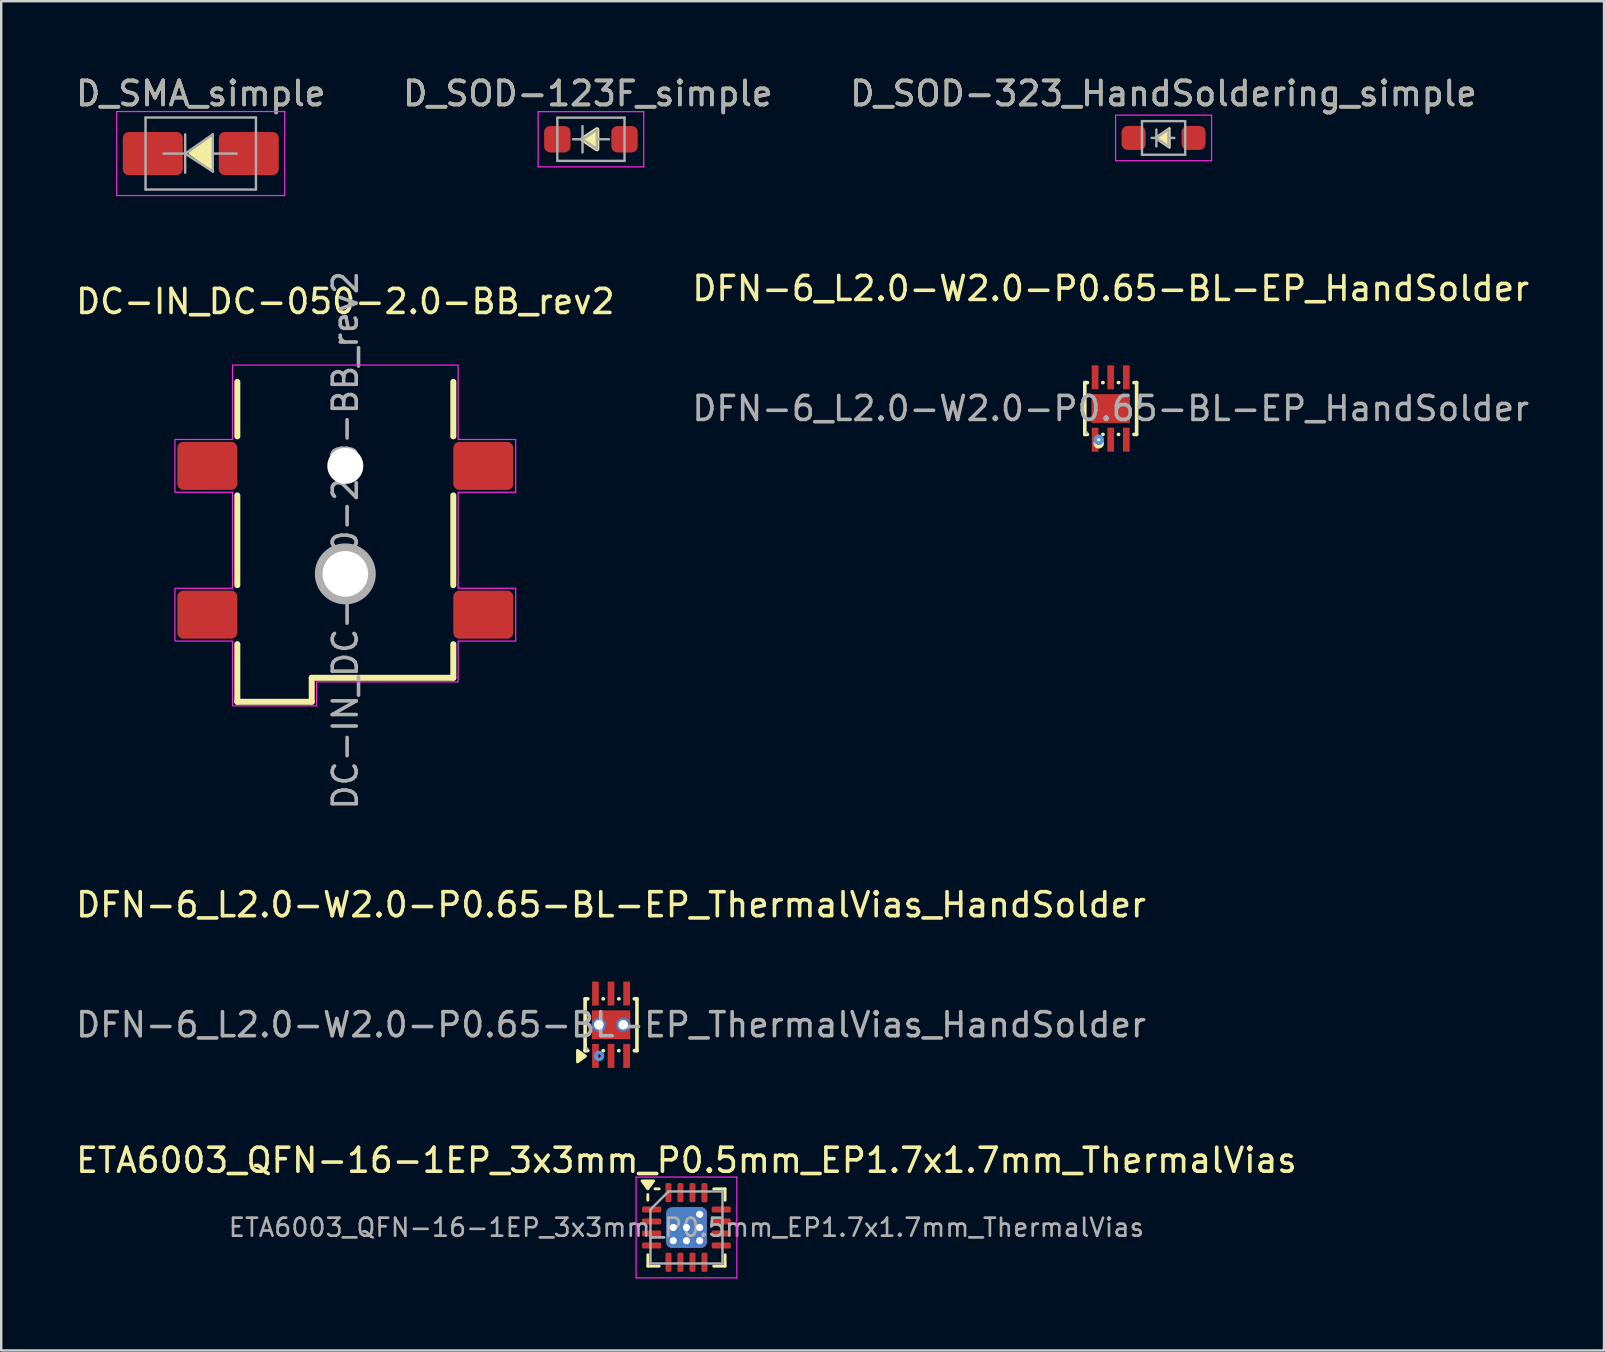
<source format=kicad_pcb>
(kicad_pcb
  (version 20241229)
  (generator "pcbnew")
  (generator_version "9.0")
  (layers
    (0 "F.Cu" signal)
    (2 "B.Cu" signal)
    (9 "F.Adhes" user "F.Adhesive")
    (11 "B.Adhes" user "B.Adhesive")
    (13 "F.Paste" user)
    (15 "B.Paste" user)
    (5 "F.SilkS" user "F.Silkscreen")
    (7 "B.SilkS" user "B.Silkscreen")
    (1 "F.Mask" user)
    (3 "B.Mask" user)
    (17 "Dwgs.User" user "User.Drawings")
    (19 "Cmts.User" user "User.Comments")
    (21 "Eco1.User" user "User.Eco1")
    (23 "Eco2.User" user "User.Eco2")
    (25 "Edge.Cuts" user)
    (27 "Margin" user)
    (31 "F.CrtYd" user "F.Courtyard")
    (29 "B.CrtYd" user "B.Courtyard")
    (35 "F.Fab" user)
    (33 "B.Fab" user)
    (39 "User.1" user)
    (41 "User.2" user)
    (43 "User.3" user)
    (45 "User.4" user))
  (footprint "D_SOD-323_HandSoldering_simple"
    (layer "F.Cu")
    (at 45.435 2.698)
    (property "Reference" "D_SOD-323_HandSoldering_simple" (at 0 -1.85 0) (layer "F.SilkS") (effects (font (size 1 1) (thickness 0.15))))
    (attr smd)
    (fp_poly (pts (xy 0.244 0.4) (xy -0.338 0) (xy 0.244 -0.4)) (stroke (width 0.1) (type solid)) (fill yes) (layer "F.SilkS"))
    (fp_line (start -2 -0.95) (end -2 0.95) (stroke (width 0.05) (type solid)) (layer "F.CrtYd"))
    (fp_line (start -2 -0.95) (end 2 -0.95) (stroke (width 0.05) (type solid)) (layer "F.CrtYd"))
    (fp_line (start -2 0.95) (end 2 0.95) (stroke (width 0.05) (type solid)) (layer "F.CrtYd"))
    (fp_line (start 2 -0.95) (end 2 0.95) (stroke (width 0.05) (type solid)) (layer "F.CrtYd"))
    (fp_line (start -0.9 -0.7) (end 0.9 -0.7) (stroke (width 0.1) (type solid)) (layer "F.Fab"))
    (fp_line (start -0.9 0.7) (end -0.9 -0.7) (stroke (width 0.1) (type solid)) (layer "F.Fab"))
    (fp_line (start -0.3 -0.35) (end -0.3 0.35) (stroke (width 0.1) (type solid)) (layer "F.Fab"))
    (fp_line (start -0.3 0) (end -0.5 0) (stroke (width 0.1) (type solid)) (layer "F.Fab"))
    (fp_line (start -0.3 0) (end 0.2 -0.35) (stroke (width 0.1) (type solid)) (layer "F.Fab"))
    (fp_line (start 0.2 -0.35) (end 0.2 0.35) (stroke (width 0.1) (type solid)) (layer "F.Fab"))
    (fp_line (start 0.2 0) (end 0.45 0) (stroke (width 0.1) (type solid)) (layer "F.Fab"))
    (fp_line (start 0.2 0.35) (end -0.3 0) (stroke (width 0.1) (type solid)) (layer "F.Fab"))
    (fp_line (start 0.9 -0.7) (end 0.9 0.7) (stroke (width 0.1) (type solid)) (layer "F.Fab"))
    (fp_line (start 0.9 0.7) (end -0.9 0.7) (stroke (width 0.1) (type solid)) (layer "F.Fab"))
    (fp_text user "${REFERENCE}" (at 0 -1.85 0) (layer "F.Fab") (effects (font (size 1 1) (thickness 0.15))))
    (pad "1" smd roundrect (at -1.25 0) (size 1 1) (layers "F.Cu" "F.Mask" "F.Paste") (roundrect_rratio 0.25))
    (pad "2" smd roundrect (at 1.25 0) (size 1 1) (layers "F.Cu" "F.Mask" "F.Paste") (roundrect_rratio 0.25)))
  (footprint "DC-IN_DC-050-2.0-BB_rev2"
    (layer "F.Cu")
    (at 11.339 19.263)
    (property "Reference" "DC-IN_DC-050-2.0-BB_rev2" (at 0 -9.75 0) (layer "F.SilkS") (effects (font (size 1 1) (thickness 0.15))))
    (attr smd)
    (fp_line (start -4.5 -6.4) (end -4.5 -4.13) (stroke (width 0.25) (type solid)) (layer "F.SilkS"))
    (fp_line (start -4.5 -1.67) (end -4.5 2.07) (stroke (width 0.25) (type solid)) (layer "F.SilkS"))
    (fp_line (start -4.5 4.53) (end -4.5 6.93) (stroke (width 0.25) (type solid)) (layer "F.SilkS"))
    (fp_line (start -4.5 6.93) (end -1.4 6.93) (stroke (width 0.25) (type solid)) (layer "F.SilkS"))
    (fp_line (start -1.4 5.93) (end 4.5 5.93) (stroke (width 0.25) (type solid)) (layer "F.SilkS"))
    (fp_line (start -1.4 6.93) (end -1.4 5.93) (stroke (width 0.25) (type solid)) (layer "F.SilkS"))
    (fp_line (start 4.5 -6.4) (end 4.5 -4.13) (stroke (width 0.25) (type solid)) (layer "F.SilkS"))
    (fp_line (start 4.5 -1.67) (end 4.5 2.07) (stroke (width 0.25) (type solid)) (layer "F.SilkS"))
    (fp_line (start 4.5 5.93) (end 4.5 4.53) (stroke (width 0.25) (type solid)) (layer "F.SilkS"))
    (fp_circle (center 0 -2.9) (end 0 -2.6) (stroke (width 0.6) (type solid)) (fill no) (layer "Cmts.User"))
    (fp_circle (center 0 1.6) (end 0 1.98) (stroke (width 0.75) (type solid)) (fill no) (layer "Cmts.User"))
    (fp_poly (pts (xy -4.7 7.1) (xy -1.2 7.1) (xy -1.2 6.1) (xy 4.7 6.1) (xy 4.7 4.4) (xy 7.1 4.4) (xy 7.1 2.2) (xy 4.7 2.2) (xy 4.7 -1.8) (xy 7.1 -1.8) (xy 7.1 -4) (xy 4.7 -4) (xy 4.7 -7.1) (xy -4.7 -7.1) (xy -4.7 -4) (xy -7.1 -4) (xy -7.1 -1.8) (xy -4.7 -1.8) (xy -4.7 2.2) (xy -7.1 2.2) (xy -7.1 4.4) (xy -4.7 4.4)) (stroke (width 0.05) (type solid)) (fill no) (layer "F.CrtYd"))
    (fp_circle (center 0 -2.9) (end 0 -2.57) (stroke (width 0.65) (type solid)) (fill no) (layer "F.Fab"))
    (fp_circle (center 0 1.6) (end 0 2.02) (stroke (width 0.85) (type solid)) (fill no) (layer "F.Fab"))
    (fp_text user "${REFERENCE}" (at 0 0.2 270) (layer "F.Fab") (effects (font (size 1 1) (thickness 0.15))))
    (pad "" np_thru_hole circle (at 0 -2.9 270) (size 1.5 1.5) (drill 1.5) (layers "*.Cu" "*.Mask"))
    (pad "" np_thru_hole circle (at 0 1.6 270) (size 1.9 1.9) (drill 1.9) (layers "*.Cu" "*.Mask"))
    (pad "1" smd roundrect (at 5.75 -2.9 270) (size 2 2.5) (layers "F.Cu" "F.Mask" "F.Paste") (roundrect_rratio 0.125))
    (pad "1" smd roundrect (at 5.75 3.3 270) (size 2 2.5) (layers "F.Cu" "F.Mask" "F.Paste") (roundrect_rratio 0.125))
    (pad "2" smd roundrect (at -5.75 -2.9 270) (size 2 2.5) (layers "F.Cu" "F.Mask" "F.Paste") (roundrect_rratio 0.125))
    (pad "3" smd roundrect (at -5.75 3.3 270) (size 2 2.5) (layers "F.Cu" "F.Mask" "F.Paste") (roundrect_rratio 0.125)))
  (footprint "D_SOD-123F_simple"
    (layer "F.Cu")
    (at 21.573 2.753)
    (property "Reference" "D_SOD-123F_simple" (at -0.127 -1.905 0) (layer "F.SilkS") (effects (font (size 1 1) (thickness 0.15))))
    (attr smd)
    (fp_poly (pts (xy 0.25 0.4) (xy 0.25 -0.4) (xy -0.35 0)) (stroke (width 0.2) (type solid)) (fill yes) (layer "F.SilkS"))
    (fp_line (start -2.2 -1.15) (end -2.2 1.15) (stroke (width 0.05) (type solid)) (layer "F.CrtYd"))
    (fp_line (start -2.2 -1.15) (end 2.2 -1.15) (stroke (width 0.05) (type solid)) (layer "F.CrtYd"))
    (fp_line (start 2.2 -1.15) (end 2.2 1.15) (stroke (width 0.05) (type solid)) (layer "F.CrtYd"))
    (fp_line (start 2.2 1.15) (end -2.2 1.15) (stroke (width 0.05) (type solid)) (layer "F.CrtYd"))
    (fp_line (start -1.4 -0.9) (end 1.4 -0.9) (stroke (width 0.1) (type solid)) (layer "F.Fab"))
    (fp_line (start -1.4 0.9) (end -1.4 -0.9) (stroke (width 0.1) (type solid)) (layer "F.Fab"))
    (fp_line (start -0.75 0) (end -0.35 0) (stroke (width 0.1) (type solid)) (layer "F.Fab"))
    (fp_line (start -0.35 0) (end -0.35 -0.55) (stroke (width 0.1) (type solid)) (layer "F.Fab"))
    (fp_line (start -0.35 0) (end -0.35 0.55) (stroke (width 0.1) (type solid)) (layer "F.Fab"))
    (fp_line (start -0.35 0) (end 0.25 -0.4) (stroke (width 0.1) (type solid)) (layer "F.Fab"))
    (fp_line (start 0.25 -0.4) (end 0.25 0.4) (stroke (width 0.1) (type solid)) (layer "F.Fab"))
    (fp_line (start 0.25 0) (end 0.75 0) (stroke (width 0.1) (type solid)) (layer "F.Fab"))
    (fp_line (start 0.25 0.4) (end -0.35 0) (stroke (width 0.1) (type solid)) (layer "F.Fab"))
    (fp_line (start 1.4 -0.9) (end 1.4 0.9) (stroke (width 0.1) (type solid)) (layer "F.Fab"))
    (fp_line (start 1.4 0.9) (end -1.4 0.9) (stroke (width 0.1) (type solid)) (layer "F.Fab"))
    (fp_text user "${REFERENCE}" (at -0.127 -1.905 0) (layer "F.Fab") (effects (font (size 1 1) (thickness 0.15))))
    (pad "1" smd roundrect (at -1.4 0) (size 1.1 1.1) (layers "F.Cu" "F.Mask" "F.Paste") (roundrect_rratio 0.227))
    (pad "2" smd roundrect (at 1.4 0) (size 1.1 1.1) (layers "F.Cu" "F.Mask" "F.Paste") (roundrect_rratio 0.227)))
  (footprint "DFN-6_L2.0-W2.0-P0.65-BL-EP_HandSolder"
    (layer "F.Cu")
    (at 43.232 13.972)
    (property "Reference" "DFN-6_L2.0-W2.0-P0.65-BL-EP_HandSolder" (at 0 -5 0) (layer "F.SilkS") (effects (font (size 1 1) (thickness 0.15))))
    (attr smd)
    (fp_line (start -1.08 -1.08) (end -0.97 -1.08) (stroke (width 0.15) (type solid)) (layer "F.SilkS"))
    (fp_line (start -1.08 1.08) (end -1.08 -1.08) (stroke (width 0.15) (type solid)) (layer "F.SilkS"))
    (fp_line (start -1.08 1.08) (end -0.97 1.08) (stroke (width 0.15) (type solid)) (layer "F.SilkS"))
    (fp_line (start -0.33 -1.08) (end -0.32 -1.08) (stroke (width 0.15) (type solid)) (layer "F.SilkS"))
    (fp_line (start -0.33 1.08) (end -0.32 1.08) (stroke (width 0.15) (type solid)) (layer "F.SilkS"))
    (fp_line (start 0.32 -1.08) (end 0.33 -1.08) (stroke (width 0.15) (type solid)) (layer "F.SilkS"))
    (fp_line (start 0.32 1.08) (end 0.33 1.08) (stroke (width 0.15) (type solid)) (layer "F.SilkS"))
    (fp_line (start 0.97 -1.08) (end 1.08 -1.08) (stroke (width 0.15) (type solid)) (layer "F.SilkS"))
    (fp_line (start 0.97 1.08) (end 1.08 1.08) (stroke (width 0.15) (type solid)) (layer "F.SilkS"))
    (fp_line (start 1.08 1.08) (end 1.08 -1.08) (stroke (width 0.15) (type solid)) (layer "F.SilkS"))
    (fp_circle (center -0.5 1.45) (end -0.43 1.45) (stroke (width 0.15) (type solid)) (fill no) (layer "F.SilkS"))
    (fp_circle (center -0.5 1.3) (end -0.43 1.3) (stroke (width 0.15) (type solid)) (fill no) (layer "Cmts.User"))
    (fp_circle (center -1 1) (end -0.97 1) (stroke (width 0.06) (type solid)) (fill no) (layer "F.Fab"))
    (fp_text user "${REFERENCE}" (at 0 0 0) (layer "F.Fab") (effects (font (size 1 1) (thickness 0.15))))
    (pad "1" smd rect (at -0.65 1.3) (size 0.28 1) (layers "F.Cu" "F.Mask" "F.Paste"))
    (pad "2" smd rect (at 0 1.3) (size 0.28 1) (layers "F.Cu" "F.Mask" "F.Paste"))
    (pad "3" smd rect (at 0.65 1.3) (size 0.28 1) (layers "F.Cu" "F.Mask" "F.Paste"))
    (pad "4" smd rect (at 0.65 -1.3) (size 0.28 1) (layers "F.Cu" "F.Mask" "F.Paste"))
    (pad "5" smd rect (at 0 -1.3) (size 0.28 1) (layers "F.Cu" "F.Mask" "F.Paste"))
    (pad "6" smd rect (at -0.65 -1.3) (size 0.28 1) (layers "F.Cu" "F.Mask" "F.Paste"))
    (pad "7" smd rect (at 0 0) (size 1.6 1.2) (layers "F.Cu" "F.Mask" "F.Paste")))
  (footprint "D_SMA_simple"
    (layer "F.Cu")
    (at 5.315 3.348)
    (property "Reference" "D_SMA_simple" (at 0 -2.5 0) (layer "F.SilkS") (effects (font (size 1 1) (thickness 0.15))))
    (attr smd)
    (fp_poly (pts (xy 0.42 0.621) (xy -0.462 -0.013) (xy 0.42 -0.649)) (stroke (width 0.1) (type solid)) (fill yes) (layer "F.SilkS"))
    (fp_line (start -3.5 -1.75) (end 3.5 -1.75) (stroke (width 0.05) (type solid)) (layer "F.CrtYd"))
    (fp_line (start -3.5 1.75) (end -3.5 -1.75) (stroke (width 0.05) (type solid)) (layer "F.CrtYd"))
    (fp_line (start 3.5 -1.75) (end 3.5 1.75) (stroke (width 0.05) (type solid)) (layer "F.CrtYd"))
    (fp_line (start 3.5 1.75) (end -3.5 1.75) (stroke (width 0.05) (type solid)) (layer "F.CrtYd"))
    (fp_line (start -2.3 1.5) (end -2.3 -1.5) (stroke (width 0.1) (type solid)) (layer "F.Fab"))
    (fp_line (start -0.649 -0.799) (end -0.649 0.801) (stroke (width 0.1) (type solid)) (layer "F.Fab"))
    (fp_line (start -0.649 0.001) (end -1.551 0.001) (stroke (width 0.1) (type solid)) (layer "F.Fab"))
    (fp_line (start -0.649 0.001) (end 0.501 -0.799) (stroke (width 0.1) (type solid)) (layer "F.Fab"))
    (fp_line (start -0.649 0.001) (end 0.501 0.75) (stroke (width 0.1) (type solid)) (layer "F.Fab"))
    (fp_line (start 0.501 0.001) (end 1.499 0.001) (stroke (width 0.1) (type solid)) (layer "F.Fab"))
    (fp_line (start 0.501 0.75) (end 0.501 -0.799) (stroke (width 0.1) (type solid)) (layer "F.Fab"))
    (fp_line (start 2.3 -1.5) (end -2.3 -1.5) (stroke (width 0.1) (type solid)) (layer "F.Fab"))
    (fp_line (start 2.3 -1.5) (end 2.3 1.5) (stroke (width 0.1) (type solid)) (layer "F.Fab"))
    (fp_line (start 2.3 1.5) (end -2.3 1.5) (stroke (width 0.1) (type solid)) (layer "F.Fab"))
    (fp_text user "${REFERENCE}" (at 0 -2.5 0) (layer "F.Fab") (effects (font (size 1 1) (thickness 0.15))))
    (pad "1" smd roundrect (at -2 0) (size 2.5 1.8) (layers "F.Cu" "F.Mask" "F.Paste") (roundrect_rratio 0.139))
    (pad "2" smd roundrect (at 2 0) (size 2.5 1.8) (layers "F.Cu" "F.Mask" "F.Paste") (roundrect_rratio 0.139)))
  (footprint "DFN-6_L2.0-W2.0-P0.65-BL-EP_ThermalVias_HandSolder"
    (layer "F.Cu")
    (at 22.411 39.65)
    (property "Reference" "DFN-6_L2.0-W2.0-P0.65-BL-EP_ThermalVias_HandSolder" (at 0 -5 0) (layer "F.SilkS") (effects (font (size 1 1) (thickness 0.15))))
    (attr smd)
    (fp_line (start -1.08 -1.08) (end -0.97 -1.08) (stroke (width 0.15) (type solid)) (layer "F.SilkS"))
    (fp_line (start -1.08 1.08) (end -1.08 -1.08) (stroke (width 0.15) (type solid)) (layer "F.SilkS"))
    (fp_line (start -1.08 1.08) (end -0.97 1.08) (stroke (width 0.15) (type solid)) (layer "F.SilkS"))
    (fp_line (start -0.33 -1.08) (end -0.32 -1.08) (stroke (width 0.15) (type solid)) (layer "F.SilkS"))
    (fp_line (start -0.33 1.08) (end -0.32 1.08) (stroke (width 0.15) (type solid)) (layer "F.SilkS"))
    (fp_line (start 0.32 -1.08) (end 0.33 -1.08) (stroke (width 0.15) (type solid)) (layer "F.SilkS"))
    (fp_line (start 0.32 1.08) (end 0.33 1.08) (stroke (width 0.15) (type solid)) (layer "F.SilkS"))
    (fp_line (start 0.97 -1.08) (end 1.08 -1.08) (stroke (width 0.15) (type solid)) (layer "F.SilkS"))
    (fp_line (start 0.97 1.08) (end 1.08 1.08) (stroke (width 0.15) (type solid)) (layer "F.SilkS"))
    (fp_line (start 1.08 1.08) (end 1.08 -1.08) (stroke (width 0.15) (type solid)) (layer "F.SilkS"))
    (fp_poly (pts (xy -1.067 1.308) (xy -1.397 1.548) (xy -1.397 1.068) (xy -1.067 1.308)) (stroke (width 0.12) (type solid)) (fill yes) (layer "F.SilkS"))
    (fp_circle (center -0.5 1.3) (end -0.43 1.3) (stroke (width 0.15) (type solid)) (fill no) (layer "Cmts.User"))
    (fp_circle (center -1 1) (end -0.97 1) (stroke (width 0.06) (type solid)) (fill no) (layer "F.Fab"))
    (fp_text user "${REFERENCE}" (at 0 0 0) (layer "F.Fab") (effects (font (size 1 1) (thickness 0.15))))
    (pad "1" smd rect (at -0.65 1.3) (size 0.28 1) (layers "F.Cu" "F.Mask" "F.Paste"))
    (pad "2" smd rect (at 0 1.3) (size 0.28 1) (layers "F.Cu" "F.Mask" "F.Paste"))
    (pad "3" smd rect (at 0.65 1.3) (size 0.28 1) (layers "F.Cu" "F.Mask" "F.Paste"))
    (pad "4" smd rect (at 0.65 -1.3) (size 0.28 1) (layers "F.Cu" "F.Mask" "F.Paste"))
    (pad "5" smd rect (at 0 -1.3) (size 0.28 1) (layers "F.Cu" "F.Mask" "F.Paste"))
    (pad "6" smd rect (at -0.65 -1.3) (size 0.28 1) (layers "F.Cu" "F.Mask" "F.Paste"))
    (pad "7" thru_hole circle (at -0.508 0) (size 0.6 0.6) (drill 0.4) (layers "*.Cu"))
    (pad "7" smd rect (at 0 0) (size 1.6 1.2) (layers "F.Cu" "F.Mask" "F.Paste"))
    (pad "7" thru_hole circle (at 0.508 0) (size 0.6 0.6) (drill 0.4) (layers "*.Cu")))
  (footprint "ETA6003_QFN-16-1EP_3x3mm_P0.5mm_EP1.7x1.7mm_ThermalVias"
    (layer "F.Cu")
    (at 25.554 48.098)
    (property "Reference" "ETA6003_QFN-16-1EP_3x3mm_P0.5mm_EP1.7x1.7mm_ThermalVias" (at 0 -2.8 0) (layer "F.SilkS") (effects (font (size 1 1) (thickness 0.15))))
    (attr smd)
    (fp_line (start -1.61 -1.135) (end -1.61 -1.37) (stroke (width 0.12) (type solid)) (layer "F.SilkS"))
    (fp_line (start -1.61 1.61) (end -1.61 1.135) (stroke (width 0.12) (type solid)) (layer "F.SilkS"))
    (fp_line (start -1.135 -1.61) (end -1.31 -1.61) (stroke (width 0.12) (type solid)) (layer "F.SilkS"))
    (fp_line (start -1.135 1.61) (end -1.61 1.61) (stroke (width 0.12) (type solid)) (layer "F.SilkS"))
    (fp_line (start 1.135 -1.61) (end 1.61 -1.61) (stroke (width 0.12) (type solid)) (layer "F.SilkS"))
    (fp_line (start 1.135 1.61) (end 1.61 1.61) (stroke (width 0.12) (type solid)) (layer "F.SilkS"))
    (fp_line (start 1.61 -1.61) (end 1.61 -1.135) (stroke (width 0.12) (type solid)) (layer "F.SilkS"))
    (fp_line (start 1.61 1.61) (end 1.61 1.135) (stroke (width 0.12) (type solid)) (layer "F.SilkS"))
    (fp_poly (pts (xy -1.61 -1.61) (xy -1.85 -1.94) (xy -1.37 -1.94) (xy -1.61 -1.61)) (stroke (width 0.12) (type solid)) (fill yes) (layer "F.SilkS"))
    (fp_line (start -2.1 -2.1) (end -2.1 2.1) (stroke (width 0.05) (type solid)) (layer "F.CrtYd"))
    (fp_line (start -2.1 2.1) (end 2.1 2.1) (stroke (width 0.05) (type solid)) (layer "F.CrtYd"))
    (fp_line (start 2.1 -2.1) (end -2.1 -2.1) (stroke (width 0.05) (type solid)) (layer "F.CrtYd"))
    (fp_line (start 2.1 2.1) (end 2.1 -2.1) (stroke (width 0.05) (type solid)) (layer "F.CrtYd"))
    (fp_line (start -1.5 -0.75) (end -0.75 -1.5) (stroke (width 0.1) (type solid)) (layer "F.Fab"))
    (fp_line (start -1.5 1.5) (end -1.5 -0.75) (stroke (width 0.1) (type solid)) (layer "F.Fab"))
    (fp_line (start -0.75 -1.5) (end 1.5 -1.5) (stroke (width 0.1) (type solid)) (layer "F.Fab"))
    (fp_line (start 1.5 -1.5) (end 1.5 1.5) (stroke (width 0.1) (type solid)) (layer "F.Fab"))
    (fp_line (start 1.5 1.5) (end -1.5 1.5) (stroke (width 0.1) (type solid)) (layer "F.Fab"))
    (fp_text user "${REFERENCE}" (at 0 0 0) (layer "F.Fab") (effects (font (size 0.75 0.75) (thickness 0.11))))
    (pad "1" smd roundrect (at -1.45 -0.75) (size 0.8 0.25) (layers "F.Cu" "F.Mask" "F.Paste") (roundrect_rratio 0.25))
    (pad "2" smd roundrect (at -1.45 -0.25) (size 0.8 0.25) (layers "F.Cu" "F.Mask" "F.Paste") (roundrect_rratio 0.25))
    (pad "3" smd roundrect (at -1.45 0.25) (size 0.8 0.25) (layers "F.Cu" "F.Mask" "F.Paste") (roundrect_rratio 0.25))
    (pad "4" smd roundrect (at -1.45 0.75) (size 0.8 0.25) (layers "F.Cu" "F.Mask" "F.Paste") (roundrect_rratio 0.25))
    (pad "5" smd roundrect (at -0.75 1.45) (size 0.25 0.8) (layers "F.Cu" "F.Mask" "F.Paste") (roundrect_rratio 0.25))
    (pad "6" smd roundrect (at -0.25 1.45) (size 0.25 0.8) (layers "F.Cu" "F.Mask" "F.Paste") (roundrect_rratio 0.25))
    (pad "7" smd roundrect (at 0.25 1.45) (size 0.25 0.8) (layers "F.Cu" "F.Mask" "F.Paste") (roundrect_rratio 0.25))
    (pad "8" smd roundrect (at 0.75 1.45) (size 0.25 0.8) (layers "F.Cu" "F.Mask" "F.Paste") (roundrect_rratio 0.25))
    (pad "9" smd roundrect (at 1.45 0.75) (size 0.8 0.25) (layers "F.Cu" "F.Mask" "F.Paste") (roundrect_rratio 0.25))
    (pad "10" smd roundrect (at 1.45 0.25) (size 0.8 0.25) (layers "F.Cu" "F.Mask" "F.Paste") (roundrect_rratio 0.25))
    (pad "11" smd roundrect (at 1.45 -0.25) (size 0.8 0.25) (layers "F.Cu" "F.Mask" "F.Paste") (roundrect_rratio 0.25))
    (pad "12" smd roundrect (at 1.45 -0.75) (size 0.8 0.25) (layers "F.Cu" "F.Mask" "F.Paste") (roundrect_rratio 0.25))
    (pad "13" smd roundrect (at 0.75 -1.45) (size 0.25 0.8) (layers "F.Cu" "F.Mask" "F.Paste") (roundrect_rratio 0.25))
    (pad "14" smd roundrect (at 0.25 -1.45) (size 0.25 0.8) (layers "F.Cu" "F.Mask" "F.Paste") (roundrect_rratio 0.25))
    (pad "15" smd roundrect (at -0.25 -1.45) (size 0.25 0.8) (layers "F.Cu" "F.Mask" "F.Paste") (roundrect_rratio 0.25))
    (pad "16" smd roundrect (at -0.75 -1.45) (size 0.25 0.8) (layers "F.Cu" "F.Mask" "F.Paste") (roundrect_rratio 0.25))
    (pad "17" thru_hole circle (at -0.55 0) (size 0.6 0.6) (drill 0.3) (layers "*.Cu"))
    (pad "17" thru_hole circle (at -0.55 0.55) (size 0.6 0.6) (drill 0.3) (layers "*.Cu"))
    (pad "17" smd custom (at 0 0) (size 0.5 0.5) (layers "F.Cu" "F.Mask") (options (anchor circle)) (primitives (gr_poly (pts (xy -0.6 0.85) (xy -0.85 0.6) (xy -0.85 -0.1) (xy -0.6 -0.35) (xy -0.35 -0.35) (xy 0.15 -0.85) (xy 0.6 -0.85) (xy 0.85 -0.6) (xy 0.85 0.6) (xy 0.6 0.85)) (width 0) (fill yes)) (gr_circle (center 0.6 -0.6) (end 0.85 -0.6) (width 0) (fill yes)) (gr_circle (center 0.6 0.6) (end 0.85 0.6) (width 0) (fill yes)) (gr_circle (center -0.6 0.6) (end -0.35 0.6) (width 0) (fill yes)) (gr_circle (center -0.6 -0.1) (end -0.35 -0.1) (width 0) (fill yes))))
    (pad "17" thru_hole circle (at 0 0) (size 0.6 0.6) (drill 0.3) (layers "*.Cu"))
    (pad "17" smd roundrect (at 0 0) (size 1.7 1.7) (layers "B.Cu") (roundrect_rratio 0.147))
    (pad "17" thru_hole circle (at 0 0.55) (size 0.6 0.6) (drill 0.3) (layers "*.Cu"))
    (pad "17" thru_hole circle (at 0.55 -0.55) (size 0.6 0.6) (drill 0.3) (layers "*.Cu"))
    (pad "17" thru_hole circle (at 0.55 0) (size 0.6 0.6) (drill 0.3) (layers "*.Cu"))
    (pad "17" thru_hole circle (at 0.55 0.55) (size 0.6 0.6) (drill 0.3) (layers "*.Cu"))
    (zone (net_name "") (layer "F.Cu") (hatch edge 0.1) (connect_pads) (min_thickness 0.25) (filled_areas_thickness no) (keepout (tracks not_allowed) (vias allowed) (pads allowed) (copperpour not_allowed) (footprints allowed)) (placement (enabled no)) (fill) (polygon (pts (xy 24.504 48.498) (xy 26.604 48.494) (xy 26.604 49.144) (xy 24.504 49.148)))))
  (gr_rect
    (start -3 -3)
    (end 63.786 53.223)
    (stroke (width 0.1) (type default))
    (fill no)
    (layer "Edge.Cuts")))
</source>
